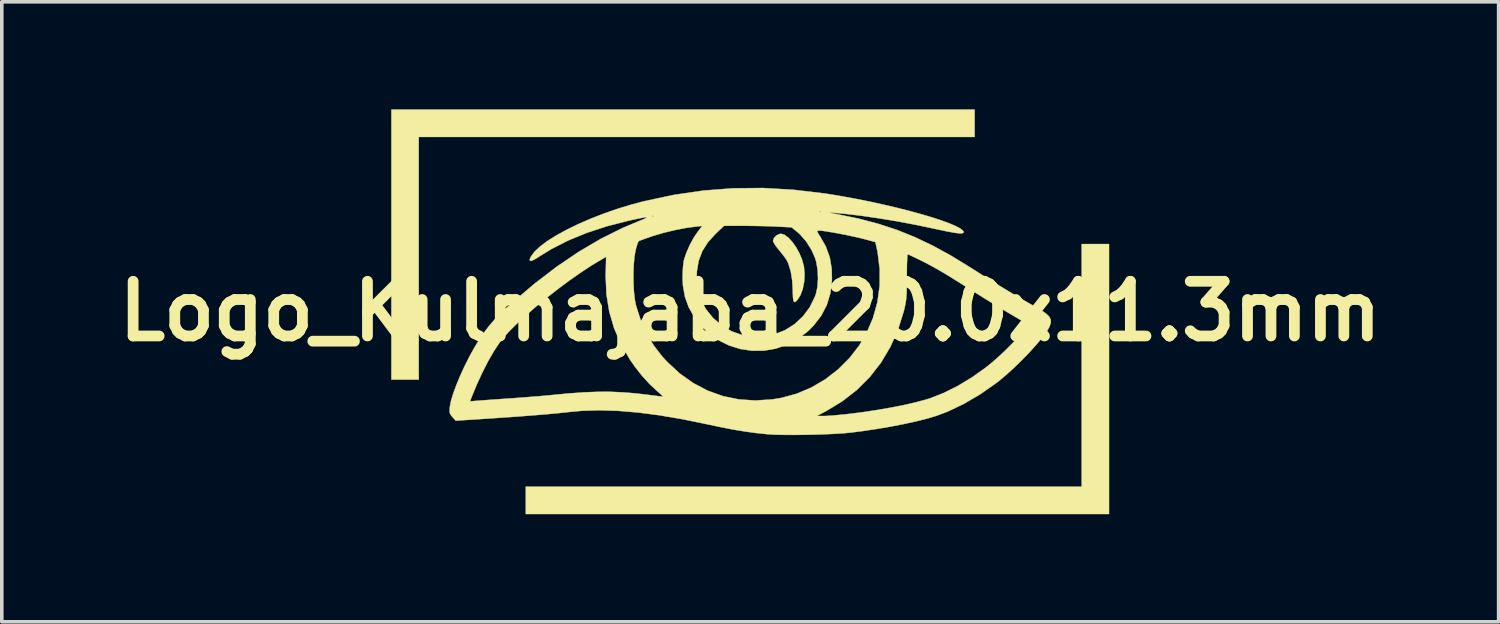
<source format=kicad_pcb>
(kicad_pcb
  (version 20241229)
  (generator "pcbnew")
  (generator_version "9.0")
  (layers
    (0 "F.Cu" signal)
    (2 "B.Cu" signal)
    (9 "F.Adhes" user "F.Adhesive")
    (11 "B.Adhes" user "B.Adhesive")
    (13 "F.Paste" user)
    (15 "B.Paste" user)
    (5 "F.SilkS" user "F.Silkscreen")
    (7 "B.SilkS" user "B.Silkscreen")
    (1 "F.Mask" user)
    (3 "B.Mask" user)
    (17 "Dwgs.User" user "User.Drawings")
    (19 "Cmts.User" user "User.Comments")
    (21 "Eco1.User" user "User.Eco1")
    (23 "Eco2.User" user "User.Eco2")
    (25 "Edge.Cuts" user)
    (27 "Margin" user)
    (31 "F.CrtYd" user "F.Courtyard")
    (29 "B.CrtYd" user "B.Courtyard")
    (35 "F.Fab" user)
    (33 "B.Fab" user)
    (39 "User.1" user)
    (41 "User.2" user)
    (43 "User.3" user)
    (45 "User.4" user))
  (footprint "Logo_Kulmajaba_20.0x11.3mm"
    (layer "F.Cu")
    (at 17.86 5.625)
    (property "Reference" "Logo_Kulmajaba_20.0x11.3mm" (at 0 0 0) (layer "F.SilkS") (effects (font (size 1.524 1.524) (thickness 0.3))))
    (attr through_hole)
    (fp_poly (pts (xy 6.255 -4.858) (xy -9.239 -4.858) (xy -9.239 1.905) (xy -10.001 1.905) (xy -10.001 -5.62) (xy 6.255 -5.62) (xy 6.255 -4.858)) (stroke (width 0.01) (type solid)) (fill yes) (layer "F.SilkS"))
    (fp_poly (pts (xy 10.001 5.652) (xy -6.255 5.652) (xy -6.255 4.889) (xy 9.239 4.889) (xy 9.239 -1.873) (xy 10.001 -1.873) (xy 10.001 5.652)) (stroke (width 0.01) (type solid)) (fill yes) (layer "F.SilkS"))
    (fp_poly (pts (xy 0.957 -2.13) (xy 1.064 -2.051) (xy 1.174 -1.931) (xy 1.28 -1.781) (xy 1.373 -1.612) (xy 1.447 -1.433) (xy 1.495 -1.256) (xy 1.496 -1.254) (xy 1.516 -1.04) (xy 1.504 -0.821) (xy 1.463 -0.615) (xy 1.395 -0.436) (xy 1.311 -0.311) (xy 1.261 -0.264) (xy 1.226 -0.257) (xy 1.204 -0.295) (xy 1.192 -0.384) (xy 1.187 -0.53) (xy 1.187 -0.579) (xy 1.171 -0.859) (xy 1.129 -1.115) (xy 1.062 -1.331) (xy 1.028 -1.405) (xy 0.985 -1.472) (xy 0.914 -1.568) (xy 0.829 -1.675) (xy 0.808 -1.699) (xy 0.728 -1.8) (xy 0.668 -1.889) (xy 0.637 -1.95) (xy 0.635 -1.962) (xy 0.663 -2.045) (xy 0.734 -2.116) (xy 0.826 -2.156) (xy 0.86 -2.159) (xy 0.957 -2.13)) (stroke (width 0.01) (type solid)) (fill yes) (layer "F.SilkS"))
    (fp_poly (pts (xy 1.206 -3.386) (xy 2.081 -3.282) (xy 2.175 -3.268) (xy 2.559 -3.204) (xy 2.946 -3.133) (xy 3.331 -3.056) (xy 3.709 -2.973) (xy 4.073 -2.888) (xy 4.421 -2.8) (xy 4.745 -2.712) (xy 5.042 -2.624) (xy 5.305 -2.539) (xy 5.531 -2.457) (xy 5.713 -2.381) (xy 5.847 -2.311) (xy 5.928 -2.249) (xy 5.951 -2.207) (xy 5.938 -2.182) (xy 5.892 -2.17) (xy 5.807 -2.173) (xy 5.678 -2.19) (xy 5.501 -2.222) (xy 5.27 -2.271) (xy 5.139 -2.299) (xy 4.624 -2.407) (xy 4.101 -2.506) (xy 3.584 -2.591) (xy 3.089 -2.663) (xy 2.629 -2.717) (xy 2.334 -2.744) (xy 2.244 -2.751) (xy 2.203 -2.752) (xy 2.214 -2.746) (xy 2.28 -2.732) (xy 2.404 -2.708) (xy 2.453 -2.699) (xy 3.033 -2.579) (xy 3.575 -2.436) (xy 4.093 -2.266) (xy 4.599 -2.062) (xy 5.103 -1.821) (xy 5.619 -1.537) (xy 6.158 -1.206) (xy 6.198 -1.181) (xy 6.488 -0.996) (xy 6.795 -0.804) (xy 7.105 -0.615) (xy 7.404 -0.436) (xy 7.678 -0.276) (xy 7.914 -0.142) (xy 7.918 -0.14) (xy 8.109 -0.029) (xy 8.246 0.065) (xy 8.333 0.15) (xy 8.375 0.233) (xy 8.377 0.321) (xy 8.344 0.422) (xy 8.321 0.47) (xy 8.238 0.602) (xy 8.115 0.765) (xy 7.958 0.951) (xy 7.777 1.151) (xy 7.579 1.355) (xy 7.373 1.557) (xy 7.167 1.746) (xy 6.969 1.914) (xy 6.861 1.999) (xy 6.409 2.315) (xy 5.952 2.583) (xy 5.5 2.798) (xy 5.191 2.914) (xy 4.942 2.989) (xy 4.641 3.065) (xy 4.3 3.14) (xy 3.931 3.212) (xy 3.545 3.278) (xy 3.155 3.337) (xy 2.794 3.383) (xy 2.601 3.401) (xy 2.362 3.416) (xy 2.091 3.429) (xy 1.801 3.438) (xy 1.505 3.444) (xy 1.216 3.447) (xy 0.948 3.446) (xy 0.714 3.441) (xy 0.527 3.431) (xy 0.492 3.428) (xy 0.17 3.395) (xy -0.152 3.351) (xy -0.488 3.295) (xy -0.856 3.223) (xy -1.175 3.155) (xy -1.872 3.012) (xy -2.415 2.919) (xy 1.857 2.919) (xy 2.048 2.92) (xy 2.145 2.917) (xy 2.289 2.907) (xy 2.466 2.891) (xy 2.658 2.872) (xy 2.778 2.859) (xy 3.168 2.809) (xy 3.559 2.749) (xy 3.938 2.683) (xy 4.294 2.612) (xy 4.616 2.538) (xy 4.892 2.464) (xy 5.016 2.426) (xy 5.396 2.276) (xy 5.79 2.079) (xy 6.184 1.84) (xy 6.564 1.57) (xy 6.747 1.423) (xy 6.885 1.302) (xy 7.031 1.167) (xy 7.18 1.023) (xy 7.324 0.877) (xy 7.457 0.737) (xy 7.572 0.61) (xy 7.663 0.503) (xy 7.723 0.422) (xy 7.746 0.375) (xy 7.743 0.368) (xy 7.713 0.349) (xy 7.637 0.303) (xy 7.525 0.237) (xy 7.385 0.155) (xy 7.255 0.079) (xy 7.051 -0.042) (xy 6.818 -0.182) (xy 6.582 -0.327) (xy 6.366 -0.462) (xy 6.302 -0.502) (xy 6.017 -0.682) (xy 5.776 -0.833) (xy 5.574 -0.959) (xy 5.402 -1.063) (xy 5.252 -1.151) (xy 5.117 -1.227) (xy 4.99 -1.296) (xy 4.862 -1.363) (xy 4.797 -1.396) (xy 4.654 -1.466) (xy 4.532 -1.525) (xy 4.442 -1.567) (xy 4.394 -1.587) (xy 4.39 -1.587) (xy 4.382 -1.557) (xy 4.376 -1.473) (xy 4.37 -1.345) (xy 4.367 -1.182) (xy 4.365 -0.993) (xy 4.365 -0.96) (xy 4.364 -0.737) (xy 4.361 -0.564) (xy 4.355 -0.427) (xy 4.344 -0.313) (xy 4.327 -0.208) (xy 4.304 -0.098) (xy 4.279 0.005) (xy 4.119 0.517) (xy 3.907 0.993) (xy 3.645 1.433) (xy 3.333 1.833) (xy 2.973 2.193) (xy 2.566 2.51) (xy 2.115 2.783) (xy 2.111 2.785) (xy 1.857 2.919) (xy -2.415 2.919) (xy -2.519 2.901) (xy -3.121 2.823) (xy -3.68 2.776) (xy -4.203 2.76) (xy -4.692 2.775) (xy -5.059 2.809) (xy -5.305 2.836) (xy -5.613 2.865) (xy -5.98 2.896) (xy -6.403 2.929) (xy -6.882 2.963) (xy -7.414 2.999) (xy -7.445 3.001) (xy -8.207 3.05) (xy -8.299 2.949) (xy -8.35 2.886) (xy -8.375 2.83) (xy -8.379 2.755) (xy -8.371 2.662) (xy -8.342 2.512) (xy -7.812 2.512) (xy -7.597 2.494) (xy -7.501 2.487) (xy -7.354 2.476) (xy -7.17 2.463) (xy -6.961 2.448) (xy -6.741 2.433) (xy -6.668 2.428) (xy -6.423 2.41) (xy -6.164 2.39) (xy -5.909 2.37) (xy -5.679 2.35) (xy -5.491 2.332) (xy -5.477 2.33) (xy -5.026 2.288) (xy -4.623 2.26) (xy -4.255 2.246) (xy -3.909 2.245) (xy -3.57 2.259) (xy -3.226 2.286) (xy -2.862 2.328) (xy -2.81 2.335) (xy -2.667 2.353) (xy -2.547 2.368) (xy -2.464 2.378) (xy -2.434 2.381) (xy -2.444 2.363) (xy -2.493 2.314) (xy -2.572 2.244) (xy -2.599 2.221) (xy -2.805 2.029) (xy -3.017 1.797) (xy -3.218 1.541) (xy -3.351 1.349) (xy -3.604 0.912) (xy -3.796 0.468) (xy -3.929 0.01) (xy -4.006 -0.468) (xy -4.029 -0.975) (xy -4.028 -1.037) (xy -3.256 -1.037) (xy -3.253 -0.782) (xy -3.24 -0.539) (xy -3.216 -0.323) (xy -3.183 -0.158) (xy -3.05 0.255) (xy -2.888 0.621) (xy -2.689 0.954) (xy -2.447 1.266) (xy -2.315 1.41) (xy -1.963 1.736) (xy -1.584 2.004) (xy -1.181 2.215) (xy -0.758 2.366) (xy -0.316 2.457) (xy 0.142 2.488) (xy 0.613 2.457) (xy 0.873 2.414) (xy 1.298 2.298) (xy 1.707 2.124) (xy 2.092 1.898) (xy 2.446 1.624) (xy 2.764 1.308) (xy 3.038 0.955) (xy 3.238 0.617) (xy 3.421 0.191) (xy 3.545 -0.253) (xy 3.608 -0.711) (xy 3.609 -1.178) (xy 3.55 -1.649) (xy 3.522 -1.782) (xy 3.488 -1.929) (xy 3.181 -2.011) (xy 3.031 -2.049) (xy 2.855 -2.088) (xy 2.666 -2.128) (xy 2.474 -2.165) (xy 2.292 -2.198) (xy 2.132 -2.225) (xy 2.005 -2.243) (xy 1.924 -2.249) (xy 1.906 -2.249) (xy 1.873 -2.239) (xy 1.869 -2.215) (xy 1.896 -2.164) (xy 1.942 -2.095) (xy 2.107 -1.807) (xy 2.217 -1.504) (xy 2.272 -1.177) (xy 2.278 -0.857) (xy 2.234 -0.502) (xy 2.136 -0.176) (xy 1.98 0.124) (xy 1.765 0.402) (xy 1.618 0.55) (xy 1.337 0.769) (xy 1.034 0.933) (xy 0.714 1.042) (xy 0.384 1.098) (xy 0.052 1.101) (xy -0.277 1.052) (xy -0.595 0.952) (xy -0.896 0.802) (xy -1.172 0.602) (xy -1.418 0.354) (xy -1.554 0.171) (xy -1.715 -0.112) (xy -1.82 -0.402) (xy -1.875 -0.715) (xy -1.885 -0.921) (xy -1.885 -0.95) (xy -1.492 -0.95) (xy -1.465 -0.629) (xy -1.381 -0.336) (xy -1.24 -0.067) (xy -1.038 0.184) (xy -1.037 0.185) (xy -0.788 0.401) (xy -0.511 0.562) (xy -0.213 0.666) (xy 0.102 0.711) (xy 0.426 0.696) (xy 0.667 0.646) (xy 0.963 0.532) (xy 1.23 0.364) (xy 1.463 0.15) (xy 1.656 -0.106) (xy 1.8 -0.398) (xy 1.829 -0.476) (xy 1.874 -0.676) (xy 1.89 -0.908) (xy 1.879 -1.149) (xy 1.841 -1.375) (xy 1.813 -1.472) (xy 1.708 -1.711) (xy 1.564 -1.939) (xy 1.395 -2.135) (xy 1.313 -2.209) (xy 1.153 -2.339) (xy 0.743 -2.36) (xy 0.559 -2.368) (xy 0.336 -2.374) (xy 0.099 -2.379) (xy -0.13 -2.381) (xy -0.198 -2.381) (xy -0.73 -2.381) (xy -0.964 -2.159) (xy -1.18 -1.921) (xy -1.337 -1.672) (xy -1.438 -1.403) (xy -1.487 -1.107) (xy -1.492 -0.95) (xy -1.885 -0.95) (xy -1.882 -1.085) (xy -1.872 -1.246) (xy -1.855 -1.38) (xy -1.846 -1.429) (xy -1.781 -1.627) (xy -1.685 -1.845) (xy -1.571 -2.055) (xy -1.464 -2.213) (xy -1.337 -2.378) (xy -1.502 -2.361) (xy -1.79 -2.322) (xy -2.107 -2.261) (xy -2.423 -2.184) (xy -2.709 -2.099) (xy -2.709 -2.099) (xy -2.853 -2.049) (xy -2.976 -2.006) (xy -3.065 -1.973) (xy -3.107 -1.956) (xy -3.107 -1.956) (xy -3.129 -1.917) (xy -3.158 -1.833) (xy -3.19 -1.719) (xy -3.197 -1.69) (xy -3.228 -1.508) (xy -3.247 -1.285) (xy -3.256 -1.037) (xy -4.028 -1.037) (xy -4.027 -1.058) (xy -4.016 -1.517) (xy -4.159 -1.435) (xy -4.443 -1.263) (xy -4.745 -1.064) (xy -5.057 -0.844) (xy -5.372 -0.609) (xy -5.682 -0.366) (xy -5.98 -0.121) (xy -6.258 0.12) (xy -6.508 0.351) (xy -6.724 0.566) (xy -6.896 0.758) (xy -6.975 0.858) (xy -7.136 1.099) (xy -7.303 1.388) (xy -7.469 1.714) (xy -7.629 2.062) (xy -7.758 2.375) (xy -7.812 2.512) (xy -8.342 2.512) (xy -8.34 2.501) (xy -8.279 2.297) (xy -8.193 2.062) (xy -8.087 1.806) (xy -7.965 1.54) (xy -7.833 1.275) (xy -7.694 1.023) (xy -7.554 0.794) (xy -7.417 0.592) (xy -7.28 0.411) (xy -7.131 0.238) (xy -6.959 0.061) (xy -6.751 -0.134) (xy -6.65 -0.225) (xy -6.018 -0.763) (xy -5.395 -1.24) (xy -4.779 -1.657) (xy -4.167 -2.017) (xy -3.557 -2.321) (xy -3.107 -2.51) (xy -2.979 -2.561) (xy -2.902 -2.597) (xy -2.878 -2.616) (xy -2.909 -2.619) (xy -2.996 -2.606) (xy -3.141 -2.578) (xy -3.345 -2.534) (xy -3.397 -2.522) (xy -3.998 -2.368) (xy -4.56 -2.183) (xy -5.076 -1.971) (xy -5.543 -1.733) (xy -5.84 -1.55) (xy -5.983 -1.459) (xy -6.082 -1.41) (xy -6.135 -1.403) (xy -6.147 -1.437) (xy -6.118 -1.512) (xy -6.116 -1.516) (xy -6.018 -1.653) (xy -5.863 -1.8) (xy -5.659 -1.954) (xy -5.409 -2.111) (xy -5.12 -2.269) (xy -4.799 -2.426) (xy -4.45 -2.578) (xy -4.263 -2.651) (xy -2.731 -2.651) (xy -2.715 -2.635) (xy -2.699 -2.651) (xy -2.715 -2.667) (xy -2.731 -2.651) (xy -4.263 -2.651) (xy -4.081 -2.722) (xy -3.919 -2.778) (xy 1.937 -2.778) (xy 1.953 -2.762) (xy 1.968 -2.778) (xy 1.953 -2.794) (xy 1.937 -2.778) (xy -3.919 -2.778) (xy -3.695 -2.856) (xy -3.301 -2.976) (xy -2.969 -3.064) (xy -2.137 -3.242) (xy -1.311 -3.363) (xy -0.483 -3.427) (xy 0.354 -3.435) (xy 1.206 -3.386)) (stroke (width 0.01) (type solid)) (fill yes) (layer "F.SilkS")))
  (gr_rect
    (start -3 -3)
    (end 38.72 14.281)
    (stroke (width 0.1) (type default))
    (fill no)
    (layer "Edge.Cuts")))
</source>
